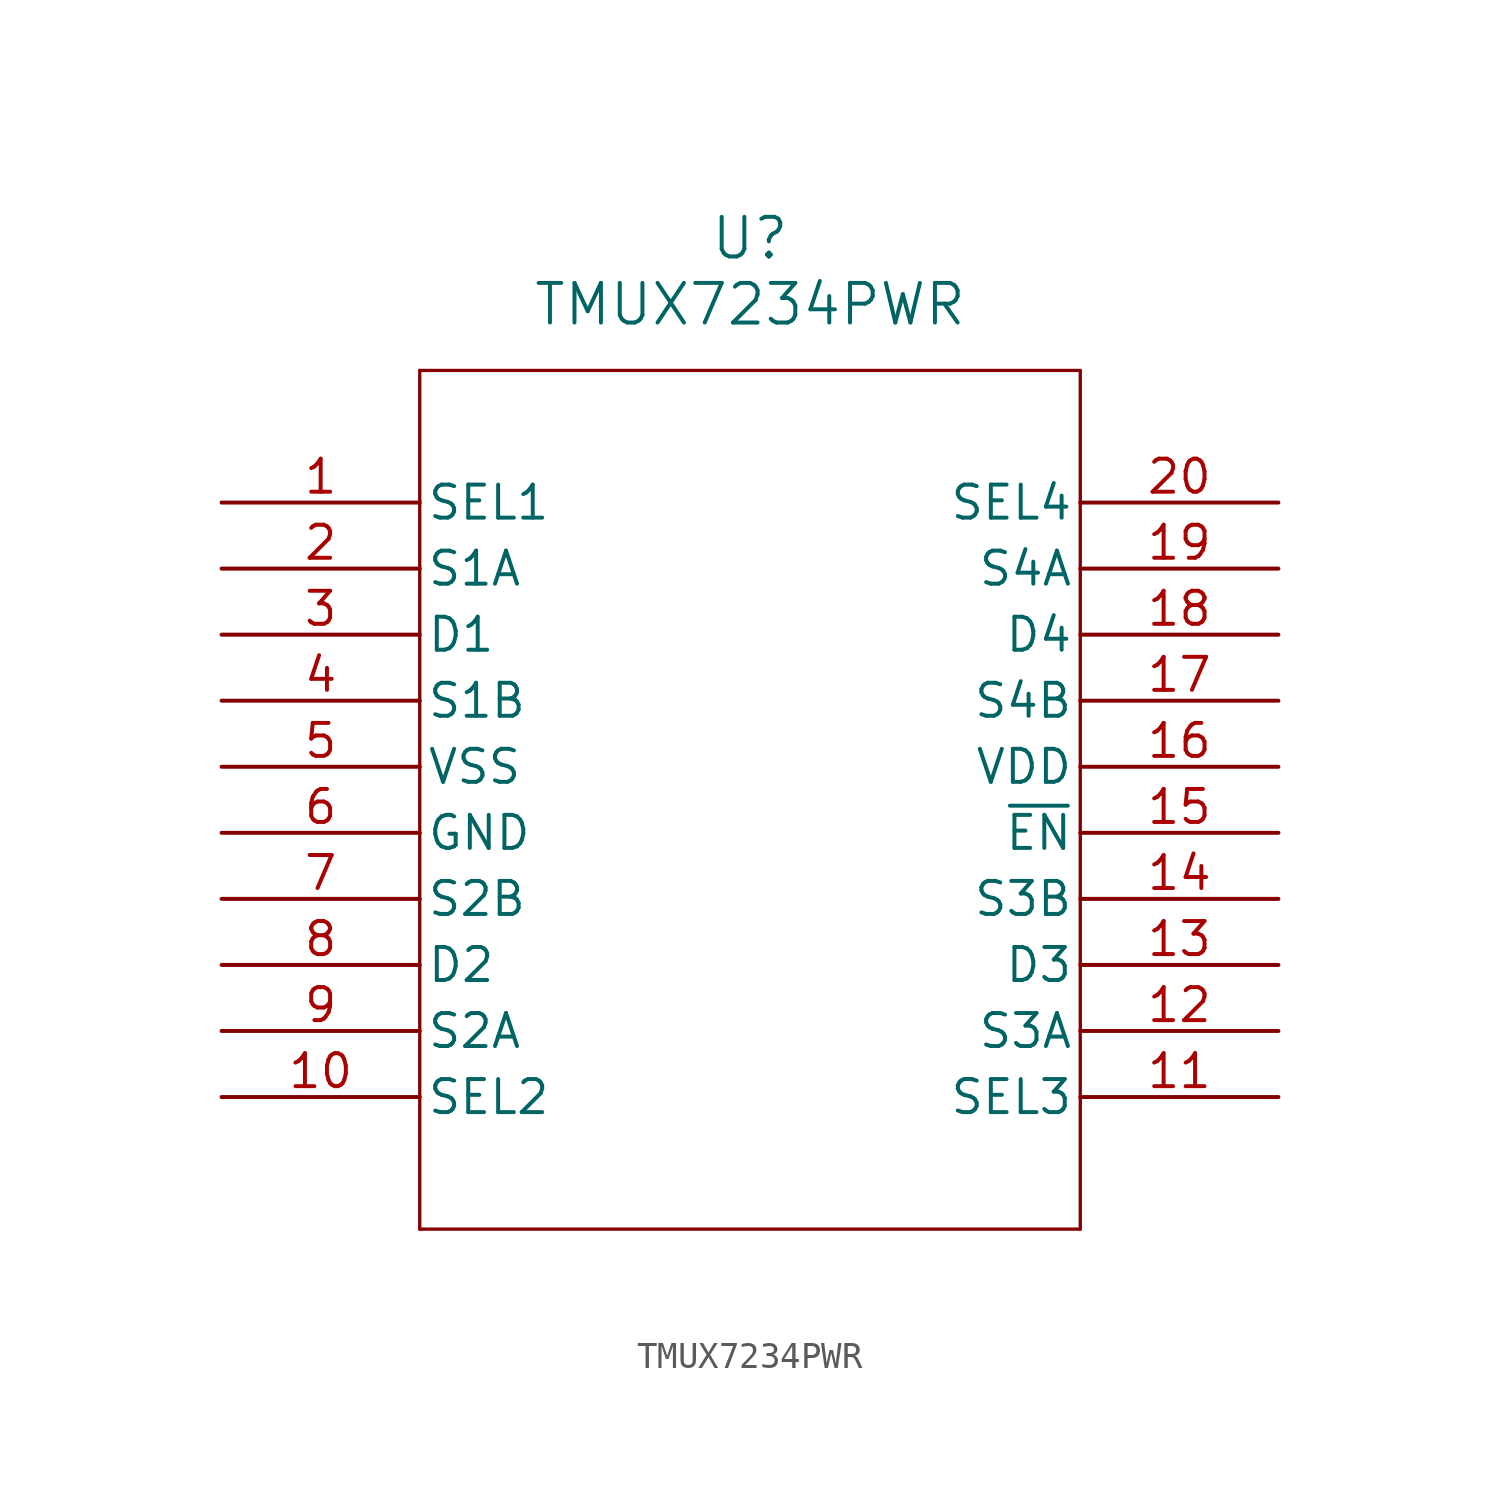
<source format=kicad_sym>
(kicad_symbol_lib
  (version 20231120)
  (generator "kicad_symbol_editor")
  (generator_version "8.0")
  (symbol "TMUX7234PWR"
    (pin_names
      (offset 0.254))
    (property "Reference" "U"
      (at 20.32 10.16 0)
      (effects (font (size 1.524 1.524))))
    (property "Value" "TMUX7234PWR"
      (at 20.32 7.62 0)
      (effects (font (size 1.524 1.524))))
    (property "ki_locked" ""
      (at 0 0 0)
      (effects (font (size 1.27 1.27))))
    (symbol "TMUX7234PWR_0_1"
      (polyline (pts (xy 7.62 -27.94) (xy 33.02 -27.94)) (stroke (width 0.127) (type default)) (fill (type none)))
      (polyline (pts (xy 7.62 5.08) (xy 7.62 -27.94)) (stroke (width 0.127) (type default)) (fill (type none)))
      (polyline (pts (xy 33.02 -27.94) (xy 33.02 5.08)) (stroke (width 0.127) (type default)) (fill (type none)))
      (polyline (pts (xy 33.02 5.08) (xy 7.62 5.08)) (stroke (width 0.127) (type default)) (fill (type none)))
      (pin input line (at 0 0 0) (length 7.62) (name "SEL1" (effects (font (size 1.27 1.27)))) (number "1" (effects (font (size 1.27 1.27)))))
      (pin input line (at 0 -22.86 0) (length 7.62) (name "SEL2" (effects (font (size 1.27 1.27)))) (number "10" (effects (font (size 1.27 1.27)))))
      (pin input line (at 40.64 -22.86 180) (length 7.62) (name "SEL3" (effects (font (size 1.27 1.27)))) (number "11" (effects (font (size 1.27 1.27)))))
      (pin bidirectional line (at 40.64 -20.32 180) (length 7.62) (name "S3A" (effects (font (size 1.27 1.27)))) (number "12" (effects (font (size 1.27 1.27)))))
      (pin bidirectional line (at 40.64 -17.78 180) (length 7.62) (name "D3" (effects (font (size 1.27 1.27)))) (number "13" (effects (font (size 1.27 1.27)))))
      (pin bidirectional line (at 40.64 -15.24 180) (length 7.62) (name "S3B" (effects (font (size 1.27 1.27)))) (number "14" (effects (font (size 1.27 1.27)))))
      (pin power_in line (at 40.64 -10.16 180) (length 7.62) (name "VDD" (effects (font (size 1.27 1.27)))) (number "16" (effects (font (size 1.27 1.27)))))
      (pin bidirectional line (at 40.64 -7.62 180) (length 7.62) (name "S4B" (effects (font (size 1.27 1.27)))) (number "17" (effects (font (size 1.27 1.27)))))
      (pin bidirectional line (at 40.64 -5.08 180) (length 7.62) (name "D4" (effects (font (size 1.27 1.27)))) (number "18" (effects (font (size 1.27 1.27)))))
      (pin bidirectional line (at 40.64 -2.54 180) (length 7.62) (name "S4A" (effects (font (size 1.27 1.27)))) (number "19" (effects (font (size 1.27 1.27)))))
      (pin bidirectional line (at 0 -2.54 0) (length 7.62) (name "S1A" (effects (font (size 1.27 1.27)))) (number "2" (effects (font (size 1.27 1.27)))))
      (pin input line (at 40.64 0 180) (length 7.62) (name "SEL4" (effects (font (size 1.27 1.27)))) (number "20" (effects (font (size 1.27 1.27)))))
      (pin bidirectional line (at 0 -5.08 0) (length 7.62) (name "D1" (effects (font (size 1.27 1.27)))) (number "3" (effects (font (size 1.27 1.27)))))
      (pin bidirectional line (at 0 -7.62 0) (length 7.62) (name "S1B" (effects (font (size 1.27 1.27)))) (number "4" (effects (font (size 1.27 1.27)))))
      (pin power_in line (at 0 -10.16 0) (length 7.62) (name "VSS" (effects (font (size 1.27 1.27)))) (number "5" (effects (font (size 1.27 1.27)))))
      (pin power_in line (at 0 -12.7 0) (length 7.62) (name "GND" (effects (font (size 1.27 1.27)))) (number "6" (effects (font (size 1.27 1.27)))))
      (pin bidirectional line (at 0 -15.24 0) (length 7.62) (name "S2B" (effects (font (size 1.27 1.27)))) (number "7" (effects (font (size 1.27 1.27)))))
      (pin bidirectional line (at 0 -17.78 0) (length 7.62) (name "D2" (effects (font (size 1.27 1.27)))) (number "8" (effects (font (size 1.27 1.27)))))
      (pin bidirectional line (at 0 -20.32 0) (length 7.62) (name "S2A" (effects (font (size 1.27 1.27)))) (number "9" (effects (font (size 1.27 1.27))))))
    (symbol "TMUX7234PWR_1_1"
      (pin input line (at 40.64 -12.7 180) (length 7.62) (name "~{EN}" (effects (font (size 1.27 1.27)))) (number "15" (effects (font (size 1.27 1.27))))))))
</source>
